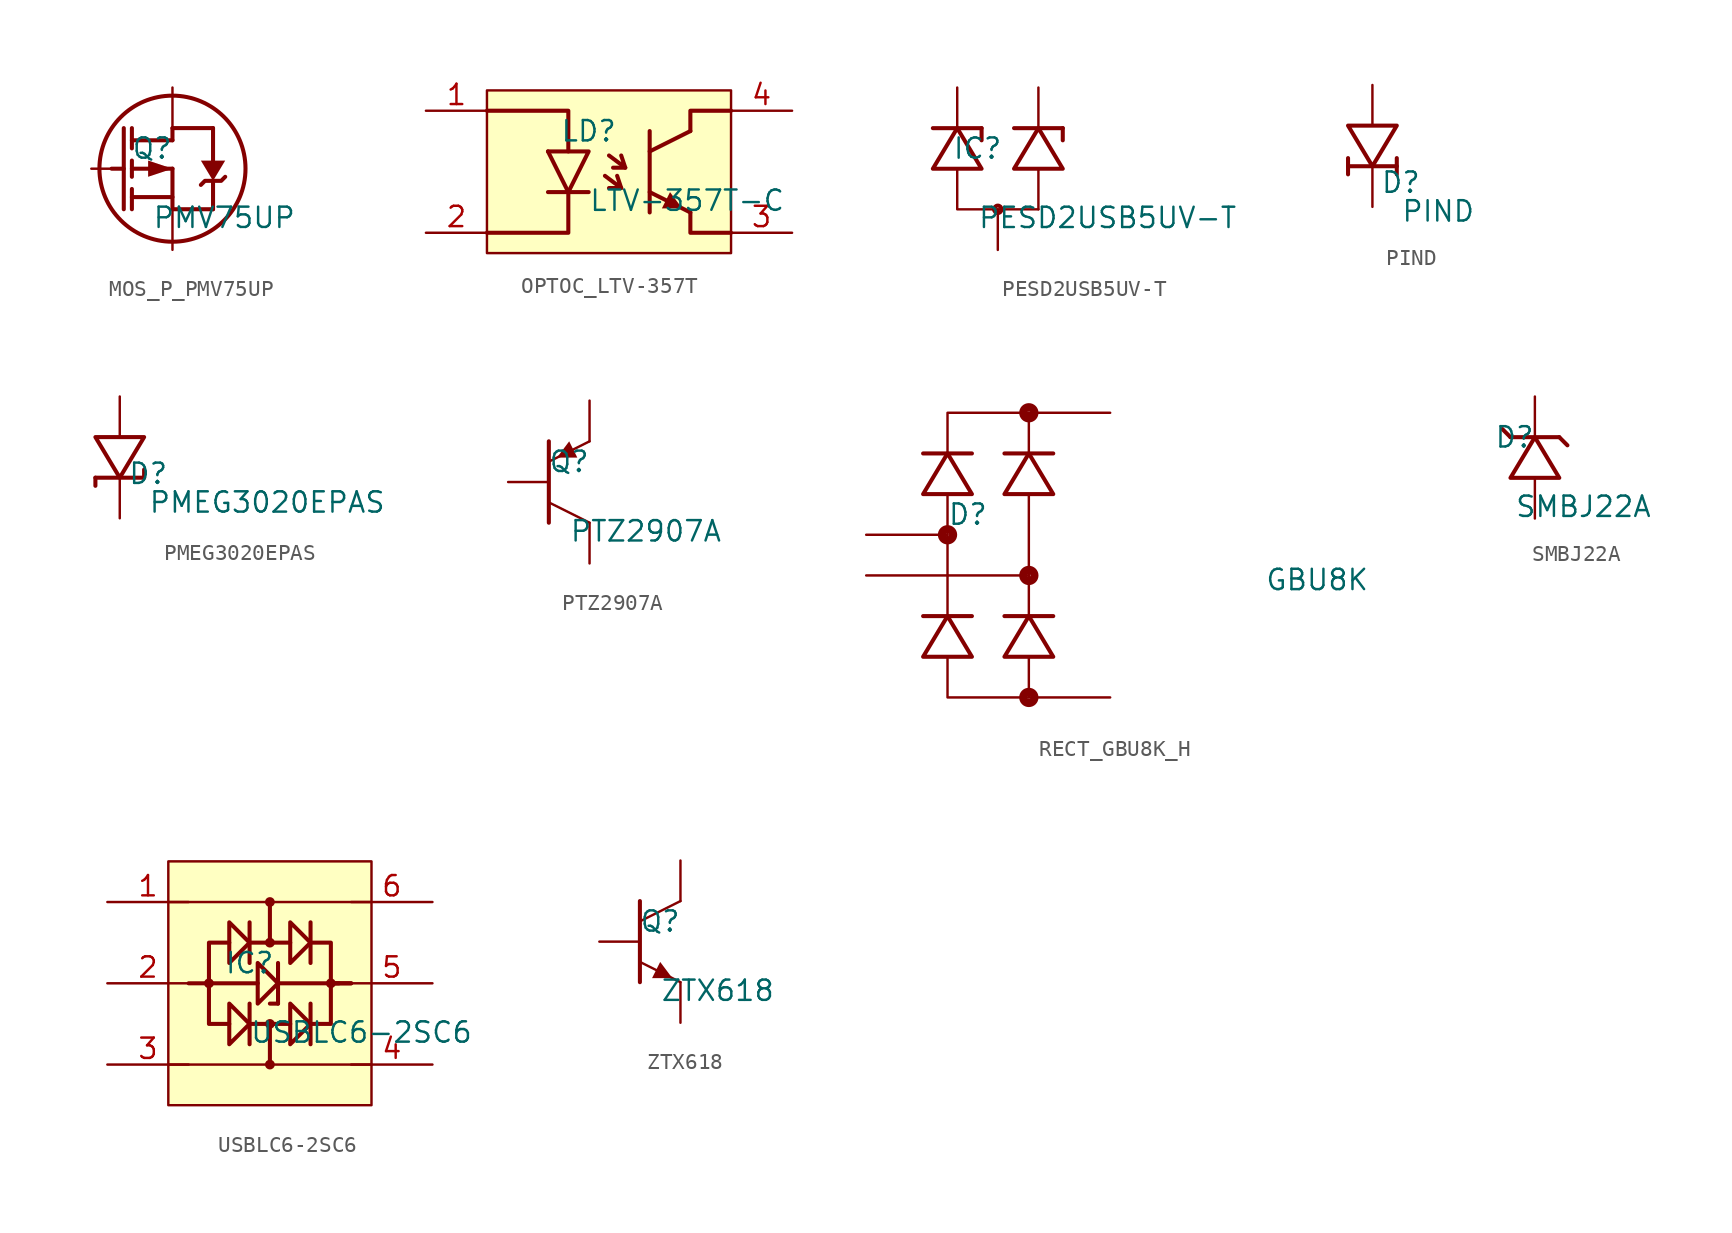
<source format=kicad_sym>
(kicad_symbol_lib
  (version 20231120)
  (generator "kicad_symbol_editor")
  (generator_version "8.0")
  (symbol "MOS_P_PMV75UP"
    (property "Reference" "Q"
      (at -1.27 1.27 0)
      (effects (font (size 1.27 1.27))))
    (property "Value" "PMV75UP"
      (at -1.27 -3.81 0)
      (effects (font (size 1.27 1.27)) (justify left bottom)))
    (symbol "MOS_P_PMV75UP_1_0"
      (polyline (pts (xy -3.81 0) (xy -3.048 0)) (stroke (width 0.254) (type solid)) (fill (type none)))
      (polyline (pts (xy -3.048 2.54) (xy -3.048 -2.54)) (stroke (width 0.254) (type solid)) (fill (type none)))
      (polyline (pts (xy -2.54 -2.54) (xy -2.54 -1.27)) (stroke (width 0.254) (type solid)) (fill (type none)))
      (polyline (pts (xy -2.54 -0.508) (xy -2.54 0.508)) (stroke (width 0.254) (type solid)) (fill (type none)))
      (polyline (pts (xy -2.54 2.54) (xy -2.54 1.27)) (stroke (width 0.254) (type solid)) (fill (type none)))
      (polyline (pts (xy 0 -2.54) (xy 2.54 -2.54)) (stroke (width 0.254) (type solid)) (fill (type none)))
      (polyline (pts (xy 0 -1.778) (xy -2.54 -1.778)) (stroke (width 0.254) (type solid)) (fill (type none)))
      (polyline (pts (xy 0 0) (xy -2.54 0)) (stroke (width 0.254) (type solid)) (fill (type none)))
      (polyline (pts (xy 0 0) (xy 0 -2.54)) (stroke (width 0.254) (type solid)) (fill (type none)))
      (polyline (pts (xy 0 1.778) (xy -2.54 1.778)) (stroke (width 0.254) (type solid)) (fill (type none)))
      (polyline (pts (xy 0 1.778) (xy 0 2.54)) (stroke (width 0.254) (type solid)) (fill (type none)))
      (polyline (pts (xy 0 2.54) (xy 2.54 2.54)) (stroke (width 0.254) (type solid)) (fill (type none)))
      (polyline (pts (xy 2.54 -2.54) (xy 2.54 -0.762)) (stroke (width 0.254) (type solid)) (fill (type none)))
      (polyline (pts (xy 2.54 2.54) (xy 2.54 0.508)) (stroke (width 0.254) (type solid)) (fill (type none)))
      (polyline (pts (xy 0 0) (xy -1.524 -0.508) (xy -1.524 0.508) (xy 0 0)) (stroke (width -0.0001) (type solid)) (fill (type outline)))
      (polyline (pts (xy 2.54 -0.762) (xy 3.302 0.508) (xy 1.778 0.508) (xy 2.54 -0.762)) (stroke (width -0.0001) (type solid)) (fill (type outline)))
      (polyline (pts (xy 3.302 -0.508) (xy 3.048 -0.762) (xy 2.032 -0.762) (xy 1.778 -1.016)) (stroke (width 0.254) (type solid)) (fill (type none)))
      (circle (center 0 0) (radius 4.572) (stroke (width 0.254) (type solid)) (fill (type none)))
      (pin passive line (at -5.08 0 0) (length 1.27) (name "G" (effects (font (size 0 0)))) (number "1" (effects (font (size 0 0)))))
      (pin passive line (at 0 -5.08 90) (length 2.54) (name "S" (effects (font (size 0 0)))) (number "2" (effects (font (size 0 0)))))
      (pin passive line (at 0 5.08 270) (length 2.54) (name "D" (effects (font (size 0 0)))) (number "3" (effects (font (size 0 0)))))))
  (symbol "OPTOC_LTV-357T"
    (property "Reference" "LD"
      (at -1.27 1.27 0)
      (effects (font (size 1.27 1.27))))
    (property "Value" "LTV-357T-C"
      (at -1.27 -3.81 0)
      (effects (font (size 1.27 1.27)) (justify left bottom)))
    (symbol "OPTOC_LTV-357T_1_0"
      (rectangle (start -7.62 3.81) (end 7.62 -6.35) (stroke (width 0) (type solid) (color 128 0 0 1)) (fill (type background)))
      (polyline (pts (xy -3.81 -2.54) (xy -1.27 -2.54)) (stroke (width 0.254) (type solid)) (fill (type none)))
      (polyline (pts (xy -2.54 -2.54) (xy -3.81 0)) (stroke (width 0.254) (type solid)) (fill (type none)))
      (polyline (pts (xy 0.762 -2.286) (xy 0 -2.286)) (stroke (width 0.254) (type solid)) (fill (type none)))
      (polyline (pts (xy 1.016 -1.016) (xy 0.254 -1.016)) (stroke (width 0.254) (type solid)) (fill (type none)))
      (polyline (pts (xy 2.54 1.27) (xy 2.54 -3.81)) (stroke (width 0.254) (type solid)) (fill (type none)))
      (polyline (pts (xy 5.08 -3.81) (xy 2.54 -2.54)) (stroke (width 0.254) (type solid)) (fill (type none)))
      (polyline (pts (xy 5.08 1.27) (xy 2.54 0)) (stroke (width 0.254) (type solid)) (fill (type none)))
      (polyline (pts (xy -7.62 2.54) (xy -2.54 2.54) (xy -2.54 0)) (stroke (width 0.254) (type solid)) (fill (type none)))
      (polyline (pts (xy -3.81 0) (xy -1.27 0) (xy -2.54 -2.54)) (stroke (width 0.254) (type solid)) (fill (type none)))
      (polyline (pts (xy -2.54 -2.54) (xy -2.54 -5.08) (xy -7.62 -5.08)) (stroke (width 0.254) (type solid)) (fill (type none)))
      (polyline (pts (xy -0.254 -1.524) (xy 0.762 -2.286) (xy 0.508 -1.524)) (stroke (width 0.254) (type solid)) (fill (type none)))
      (polyline (pts (xy 0 -0.254) (xy 1.016 -1.016) (xy 0.762 -0.254)) (stroke (width 0.254) (type solid)) (fill (type none)))
      (polyline (pts (xy 5.08 -3.81) (xy 5.08 -5.08) (xy 7.62 -5.08)) (stroke (width 0.254) (type solid)) (fill (type none)))
      (polyline (pts (xy 5.08 1.27) (xy 5.08 2.54) (xy 7.62 2.54)) (stroke (width 0.254) (type solid)) (fill (type none)))
      (polyline (pts (xy 4.572 -3.556) (xy 3.302 -3.556) (xy 3.81 -2.54) (xy 4.572 -3.556) (xy 4.572 -3.556)) (stroke (width -0.0001) (type solid)) (fill (type outline)))
      (pin passive line (at -11.43 2.54 0) (length 3.81) (name "1" (effects (font (size 0 0)))) (number "1" (effects (font (size 1.27 1.27)))))
      (pin passive line (at -11.43 -5.08 0) (length 3.81) (name "2" (effects (font (size 0 0)))) (number "2" (effects (font (size 1.27 1.27)))))
      (pin passive line (at 11.43 -5.08 180) (length 3.81) (name "3" (effects (font (size 0 0)))) (number "3" (effects (font (size 1.27 1.27)))))
      (pin passive line (at 11.43 2.54 180) (length 3.81) (name "4" (effects (font (size 0 0)))) (number "4" (effects (font (size 1.27 1.27)))))))
  (symbol "PESD2USB5UV-T"
    (property "Reference" "IC"
      (at -1.27 1.27 0)
      (effects (font (size 1.27 1.27))))
    (property "Value" "PESD2USB5UV-T"
      (at -1.27 -3.81 0)
      (effects (font (size 1.27 1.27)) (justify left bottom)))
    (symbol "PESD2USB5UV-T_1_0"
      (circle (center 0 -2.54) (radius 0.232) (stroke (width 0.254) (type solid)) (fill (type none)))
      (polyline (pts (xy -4.064 2.54) (xy -1.016 2.54)) (stroke (width 0.254) (type solid)) (fill (type none)))
      (polyline (pts (xy -1.016 2.54) (xy -1.016 1.778)) (stroke (width 0.254) (type solid)) (fill (type none)))
      (polyline (pts (xy 1.016 2.54) (xy 4.064 2.54)) (stroke (width 0.254) (type solid)) (fill (type none)))
      (polyline (pts (xy 2.54 -2.54) (xy 2.54 0)) (stroke (width 0) (type solid)) (fill (type none)))
      (polyline (pts (xy 4.064 2.54) (xy 4.064 1.778)) (stroke (width 0.254) (type solid)) (fill (type none)))
      (polyline (pts (xy -2.54 0) (xy -2.54 -2.54) (xy 2.54 -2.54)) (stroke (width 0) (type solid)) (fill (type none)))
      (polyline (pts (xy -1.016 0) (xy -4.064 0) (xy -2.54 2.54) (xy -1.016 0)) (stroke (width 0.254) (type solid)) (fill (type none)))
      (polyline (pts (xy 4.064 0) (xy 1.016 0) (xy 2.54 2.54) (xy 4.064 0)) (stroke (width 0.254) (type solid)) (fill (type none)))
      (pin passive line (at -2.54 5.08 270) (length 2.54) (name "1" (effects (font (size 0 0)))) (number "1" (effects (font (size 0 0)))))
      (pin passive line (at 2.54 5.08 270) (length 2.54) (name "2" (effects (font (size 0 0)))) (number "2" (effects (font (size 0 0)))))
      (pin passive line (at 0 -5.08 90) (length 2.54) (name "3" (effects (font (size 0 0)))) (number "3" (effects (font (size 0 0)))))))
  (symbol "PIND"
    (property "Reference" "D"
      (at 1.778 -1.016 0)
      (effects (font (size 1.27 1.27))))
    (property "Value" "PIND"
      (at 1.778 -3.556 0)
      (effects (font (size 1.27 1.27)) (justify left bottom)))
    (symbol "PIND_1_0"
      (polyline (pts (xy -1.524 0.508) (xy -1.524 -0.508)) (stroke (width 0.254) (type solid)) (fill (type none)))
      (polyline (pts (xy 1.524 0) (xy -1.524 0)) (stroke (width 0.254) (type solid)) (fill (type none)))
      (polyline (pts (xy 1.524 0.508) (xy 1.524 -0.508)) (stroke (width 0.254) (type solid)) (fill (type none)))
      (polyline (pts (xy -1.524 2.54) (xy 1.524 2.54) (xy 0 0) (xy -1.524 2.54)) (stroke (width 0.254) (type solid)) (fill (type none)))
      (pin passive line (at 0 5.08 270) (length 2.54) (name "A" (effects (font (size 0 0)))) (number "A" (effects (font (size 0 0)))))
      (pin passive line (at 0 -2.54 90) (length 2.54) (name "K" (effects (font (size 0 0)))) (number "K" (effects (font (size 0 0)))))))
  (symbol "PMEG3020EPAS"
    (property "Reference" "D"
      (at 1.778 -1.016 0)
      (effects (font (size 1.27 1.27))))
    (property "Value" "PMEG3020EPAS"
      (at 1.778 -3.556 0)
      (effects (font (size 1.27 1.27)) (justify left bottom)))
    (symbol "PMEG3020EPAS_1_0"
      (polyline (pts (xy -1.524 -1.27) (xy -1.524 -1.778)) (stroke (width 0.254) (type solid)) (fill (type none)))
      (polyline (pts (xy 1.524 -1.27) (xy -1.524 -1.27)) (stroke (width 0.254) (type solid)) (fill (type none)))
      (polyline (pts (xy 1.524 -1.27) (xy 1.524 -0.762)) (stroke (width 0.254) (type solid)) (fill (type none)))
      (polyline (pts (xy -1.524 1.27) (xy 1.524 1.27) (xy 0 -1.27) (xy -1.524 1.27)) (stroke (width 0.254) (type solid)) (fill (type none)))
      (pin passive line (at 0 3.81 270) (length 2.54) (name "A" (effects (font (size 0 0)))) (number "A" (effects (font (size 0 0)))))
      (pin passive line (at 0 -3.81 90) (length 2.54) (name "K" (effects (font (size 0 0)))) (number "K" (effects (font (size 0 0)))))))
  (symbol "PTZ2907A"
    (property "Reference" "Q"
      (at -1.27 1.27 0)
      (effects (font (size 1.27 1.27))))
    (property "Value" "PTZ2907A"
      (at -1.27 -3.81 0)
      (effects (font (size 1.27 1.27)) (justify left bottom)))
    (symbol "PTZ2907A_1_0"
      (polyline (pts (xy -2.54 -2.54) (xy -2.54 2.54)) (stroke (width 0.254) (type solid)) (fill (type none)))
      (polyline (pts (xy 0 -2.54) (xy -2.54 -1.27)) (stroke (width 0.152) (type solid)) (fill (type none)))
      (polyline (pts (xy 0 2.54) (xy -2.54 1.27)) (stroke (width 0.152) (type solid)) (fill (type none)))
      (polyline (pts (xy -2.032 1.524) (xy -0.762 1.524) (xy -1.27 2.54) (xy -2.032 1.524) (xy -2.032 1.524)) (stroke (width -0.0001) (type solid)) (fill (type outline)))
      (pin passive line (at -5.08 0 0) (length 2.54) (name "B" (effects (font (size 0 0)))) (number "1" (effects (font (size 0 0)))))
      (pin passive line (at 0 -5.08 90) (length 2.54) (name "C" (effects (font (size 0 0)))) (number "2" (effects (font (size 0 0)))))
      (pin passive line (at 0 5.08 270) (length 2.54) (name "E" (effects (font (size 0 0)))) (number "3" (effects (font (size 0 0)))))))
  (symbol "RECT_GBU8K_H"
    (property "Reference" "D"
      (at -1.27 1.27 0)
      (effects (font (size 1.27 1.27))))
    (property "Value" "GBU8K"
      (at 17.272 -3.556 0)
      (effects (font (size 1.27 1.27)) (justify left bottom)))
    (symbol "RECT_GBU8K_H_1_0"
      (circle (center -2.54 0) (radius 0.095) (stroke (width 0.508) (type solid)) (fill (type none)))
      (polyline (pts (xy -4.064 -5.08) (xy -1.016 -5.08)) (stroke (width 0.254) (type solid)) (fill (type none)))
      (polyline (pts (xy -4.064 5.08) (xy -1.016 5.08)) (stroke (width 0.254) (type solid)) (fill (type none)))
      (polyline (pts (xy -2.54 2.54) (xy -2.54 -5.08)) (stroke (width 0) (type solid)) (fill (type none)))
      (polyline (pts (xy 1.016 -5.08) (xy 4.064 -5.08)) (stroke (width 0.254) (type solid)) (fill (type none)))
      (polyline (pts (xy 1.016 5.08) (xy 4.064 5.08)) (stroke (width 0.254) (type solid)) (fill (type none)))
      (polyline (pts (xy 2.54 2.54) (xy 2.54 -2.54)) (stroke (width 0) (type solid)) (fill (type none)))
      (polyline (pts (xy 2.54 5.08) (xy 2.54 7.62)) (stroke (width 0) (type solid)) (fill (type none)))
      (polyline (pts (xy -2.54 -2.54) (xy 2.54 -2.54) (xy 2.54 -5.08)) (stroke (width 0) (type solid)) (fill (type none)))
      (polyline (pts (xy -2.54 5.08) (xy -2.54 7.62) (xy 2.54 7.62)) (stroke (width 0) (type solid)) (fill (type none)))
      (polyline (pts (xy -1.016 -7.62) (xy -4.064 -7.62) (xy -2.54 -5.08) (xy -1.016 -7.62)) (stroke (width 0.254) (type solid)) (fill (type none)))
      (polyline (pts (xy -1.016 2.54) (xy -4.064 2.54) (xy -2.54 5.08) (xy -1.016 2.54)) (stroke (width 0.254) (type solid)) (fill (type none)))
      (polyline (pts (xy 2.54 -7.62) (xy 2.54 -10.16) (xy -2.54 -10.16) (xy -2.54 -7.62)) (stroke (width 0) (type solid)) (fill (type none)))
      (polyline (pts (xy 4.064 -7.62) (xy 1.016 -7.62) (xy 2.54 -5.08) (xy 4.064 -7.62)) (stroke (width 0.254) (type solid)) (fill (type none)))
      (polyline (pts (xy 4.064 2.54) (xy 1.016 2.54) (xy 2.54 5.08) (xy 4.064 2.54)) (stroke (width 0.254) (type solid)) (fill (type none)))
      (circle (center 2.54 -10.16) (radius 0.095) (stroke (width 0.508) (type solid)) (fill (type none)))
      (circle (center 2.54 -2.54) (radius 0.095) (stroke (width 0.508) (type solid)) (fill (type none)))
      (circle (center 2.54 7.62) (radius 0.095) (stroke (width 0.508) (type solid)) (fill (type none)))
      (pin passive line (at 7.62 7.62 180) (length 5.08) (name "1" (effects (font (size 0 0)))) (number "1" (effects (font (size 0 0)))))
      (pin passive line (at -7.62 0 0) (length 5.08) (name "2" (effects (font (size 0 0)))) (number "2" (effects (font (size 0 0)))))
      (pin passive line (at -7.62 -2.54 0) (length 5.08) (name "3" (effects (font (size 0 0)))) (number "3" (effects (font (size 0 0)))))
      (pin passive line (at 7.62 -10.16 180) (length 5.08) (name "4" (effects (font (size 0 0)))) (number "4" (effects (font (size 0 0)))))))
  (symbol "SMBJ22A"
    (property "Reference" "D"
      (at -1.27 1.27 0)
      (effects (font (size 1.27 1.27))))
    (property "Value" "SMBJ22A"
      (at -1.27 -3.81 0)
      (effects (font (size 1.27 1.27)) (justify left bottom)))
    (symbol "SMBJ22A_1_0"
      (polyline (pts (xy -2.032 1.778) (xy -1.524 1.27)) (stroke (width 0.254) (type solid)) (fill (type none)))
      (polyline (pts (xy -1.524 1.27) (xy 1.524 1.27)) (stroke (width 0.254) (type solid)) (fill (type none)))
      (polyline (pts (xy 1.524 1.27) (xy 2.032 0.762)) (stroke (width 0.254) (type solid)) (fill (type none)))
      (polyline (pts (xy 1.524 -1.27) (xy -1.524 -1.27) (xy 0 1.27) (xy 1.524 -1.27)) (stroke (width 0.254) (type solid)) (fill (type none)))
      (pin passive line (at 0 -3.81 90) (length 2.54) (name "A" (effects (font (size 0 0)))) (number "A" (effects (font (size 0 0)))))
      (pin passive line (at 0 3.81 270) (length 2.54) (name "K" (effects (font (size 0 0)))) (number "K" (effects (font (size 0 0)))))))
  (symbol "USBLC6-2SC6"
    (property "Reference" "IC"
      (at -1.27 1.27 0)
      (effects (font (size 1.27 1.27))))
    (property "Value" "USBLC6-2SC6"
      (at -1.27 -3.81 0)
      (effects (font (size 1.27 1.27)) (justify left bottom)))
    (symbol "USBLC6-2SC6_1_0"
      (rectangle (start -6.35 7.62) (end 6.35 -7.62) (stroke (width 0) (type solid) (color 128 0 0 1)) (fill (type background)))
      (circle (center -3.81 0) (radius 0.181) (stroke (width 0.254) (type solid)) (fill (type none)))
      (circle (center 0 -5.08) (radius 0.181) (stroke (width 0.254) (type solid)) (fill (type none)))
      (circle (center 0 -2.54) (radius 0.181) (stroke (width 0.254) (type solid)) (fill (type none)))
      (polyline (pts (xy -6.35 -5.08) (xy 6.35 -5.08)) (stroke (width 0.152) (type solid)) (fill (type none)))
      (polyline (pts (xy -6.35 5.08) (xy 6.35 5.08)) (stroke (width 0.152) (type solid)) (fill (type none)))
      (polyline (pts (xy -1.27 -3.81) (xy -1.27 -1.27)) (stroke (width 0.254) (type solid)) (fill (type none)))
      (polyline (pts (xy -1.27 -2.54) (xy 1.27 -2.54)) (stroke (width 0.254) (type solid)) (fill (type none)))
      (polyline (pts (xy -1.27 2.54) (xy 1.27 2.54)) (stroke (width 0.254) (type solid)) (fill (type none)))
      (polyline (pts (xy -1.27 3.81) (xy -1.27 1.27)) (stroke (width 0.254) (type solid)) (fill (type none)))
      (polyline (pts (xy -0.762 0) (xy -3.81 0)) (stroke (width 0.254) (type solid)) (fill (type none)))
      (polyline (pts (xy 0 -2.54) (xy 0 -5.08)) (stroke (width 0.254) (type solid)) (fill (type none)))
      (polyline (pts (xy 0 -1.27) (xy 0.508 -1.27)) (stroke (width 0.254) (type solid)) (fill (type none)))
      (polyline (pts (xy 0 2.54) (xy 0 5.08)) (stroke (width 0.254) (type solid)) (fill (type none)))
      (polyline (pts (xy 0.508 0) (xy 4.318 0)) (stroke (width 0.254) (type solid)) (fill (type none)))
      (polyline (pts (xy 0.508 1.27) (xy 0.508 -1.27)) (stroke (width 0.254) (type solid)) (fill (type none)))
      (polyline (pts (xy 2.54 -3.81) (xy 2.54 -1.27)) (stroke (width 0.254) (type solid)) (fill (type none)))
      (polyline (pts (xy 2.54 3.81) (xy 2.54 1.27)) (stroke (width 0.254) (type solid)) (fill (type none)))
      (polyline (pts (xy -2.54 -2.54) (xy -3.81 -2.54) (xy -3.81 0)) (stroke (width 0.254) (type solid)) (fill (type none)))
      (polyline (pts (xy -2.54 -3.81) (xy -2.54 -1.27) (xy -1.27 -2.54) (xy -2.54 -3.81)) (stroke (width 0.254) (type solid)) (fill (type none)))
      (polyline (pts (xy -2.54 2.54) (xy -3.81 2.54) (xy -3.81 0) (xy -5.08 0)) (stroke (width 0.254) (type solid)) (fill (type none)))
      (polyline (pts (xy -2.54 3.81) (xy -2.54 1.27) (xy -1.27 2.54) (xy -2.54 3.81)) (stroke (width 0.254) (type solid)) (fill (type none)))
      (polyline (pts (xy -0.762 1.27) (xy -0.762 -1.27) (xy 0.508 0) (xy -0.762 1.27)) (stroke (width 0.254) (type solid)) (fill (type none)))
      (polyline (pts (xy 1.27 -3.81) (xy 1.27 -1.27) (xy 2.54 -2.54) (xy 1.27 -3.81)) (stroke (width 0.254) (type solid)) (fill (type none)))
      (polyline (pts (xy 1.27 3.81) (xy 1.27 1.27) (xy 2.54 2.54) (xy 1.27 3.81)) (stroke (width 0.254) (type solid)) (fill (type none)))
      (polyline (pts (xy 2.54 -2.54) (xy 3.81 -2.54) (xy 3.81 0) (xy 5.08 0)) (stroke (width 0.254) (type solid)) (fill (type none)))
      (polyline (pts (xy 2.54 2.54) (xy 3.81 2.54) (xy 3.81 0) (xy 5.08 0)) (stroke (width 0.254) (type solid)) (fill (type none)))
      (circle (center 0 2.54) (radius 0.181) (stroke (width 0.254) (type solid)) (fill (type none)))
      (circle (center 0 5.08) (radius 0.181) (stroke (width 0.254) (type solid)) (fill (type none)))
      (circle (center 3.81 0) (radius 0.181) (stroke (width 0.254) (type solid)) (fill (type none)))
      (pin passive line (at -10.16 5.08 0) (length 5.08) (name "1" (effects (font (size 0 0)))) (number "1" (effects (font (size 1.27 1.27)))))
      (pin passive line (at -10.16 0 0) (length 5.08) (name "GND" (effects (font (size 0 0)))) (number "2" (effects (font (size 1.27 1.27)))))
      (pin passive line (at -10.16 -5.08 0) (length 5.08) (name "3" (effects (font (size 0 0)))) (number "3" (effects (font (size 1.27 1.27)))))
      (pin passive line (at 10.16 -5.08 180) (length 5.08) (name "4" (effects (font (size 0 0)))) (number "4" (effects (font (size 1.27 1.27)))))
      (pin passive line (at 10.16 0 180) (length 5.08) (name "VBUS" (effects (font (size 0 0)))) (number "5" (effects (font (size 1.27 1.27)))))
      (pin passive line (at 10.16 5.08 180) (length 5.08) (name "6" (effects (font (size 0 0)))) (number "6" (effects (font (size 1.27 1.27)))))))
  (symbol "ZTX618"
    (property "Reference" "Q"
      (at -1.27 1.27 0)
      (effects (font (size 1.27 1.27))))
    (property "Value" "ZTX618"
      (at -1.27 -3.81 0)
      (effects (font (size 1.27 1.27)) (justify left bottom)))
    (symbol "ZTX618_1_0"
      (polyline (pts (xy -2.54 2.54) (xy -2.54 -2.54)) (stroke (width 0.254) (type solid)) (fill (type none)))
      (polyline (pts (xy 0 -2.54) (xy -2.54 -1.27)) (stroke (width 0.152) (type solid)) (fill (type none)))
      (polyline (pts (xy 0 2.54) (xy -2.54 1.27)) (stroke (width 0.152) (type solid)) (fill (type none)))
      (polyline (pts (xy -0.508 -2.286) (xy -1.778 -2.286) (xy -1.27 -1.27) (xy -0.508 -2.286) (xy -0.508 -2.286)) (stroke (width -0.0001) (type solid)) (fill (type outline)))
      (pin passive line (at 0 -5.08 90) (length 2.54) (name "E" (effects (font (size 0 0)))) (number "1" (effects (font (size 0 0)))))
      (pin passive line (at -5.08 0 0) (length 2.54) (name "B" (effects (font (size 0 0)))) (number "2" (effects (font (size 0 0)))))
      (pin passive line (at 0 5.08 270) (length 2.54) (name "C" (effects (font (size 0 0)))) (number "3" (effects (font (size 0 0))))))))
</source>
